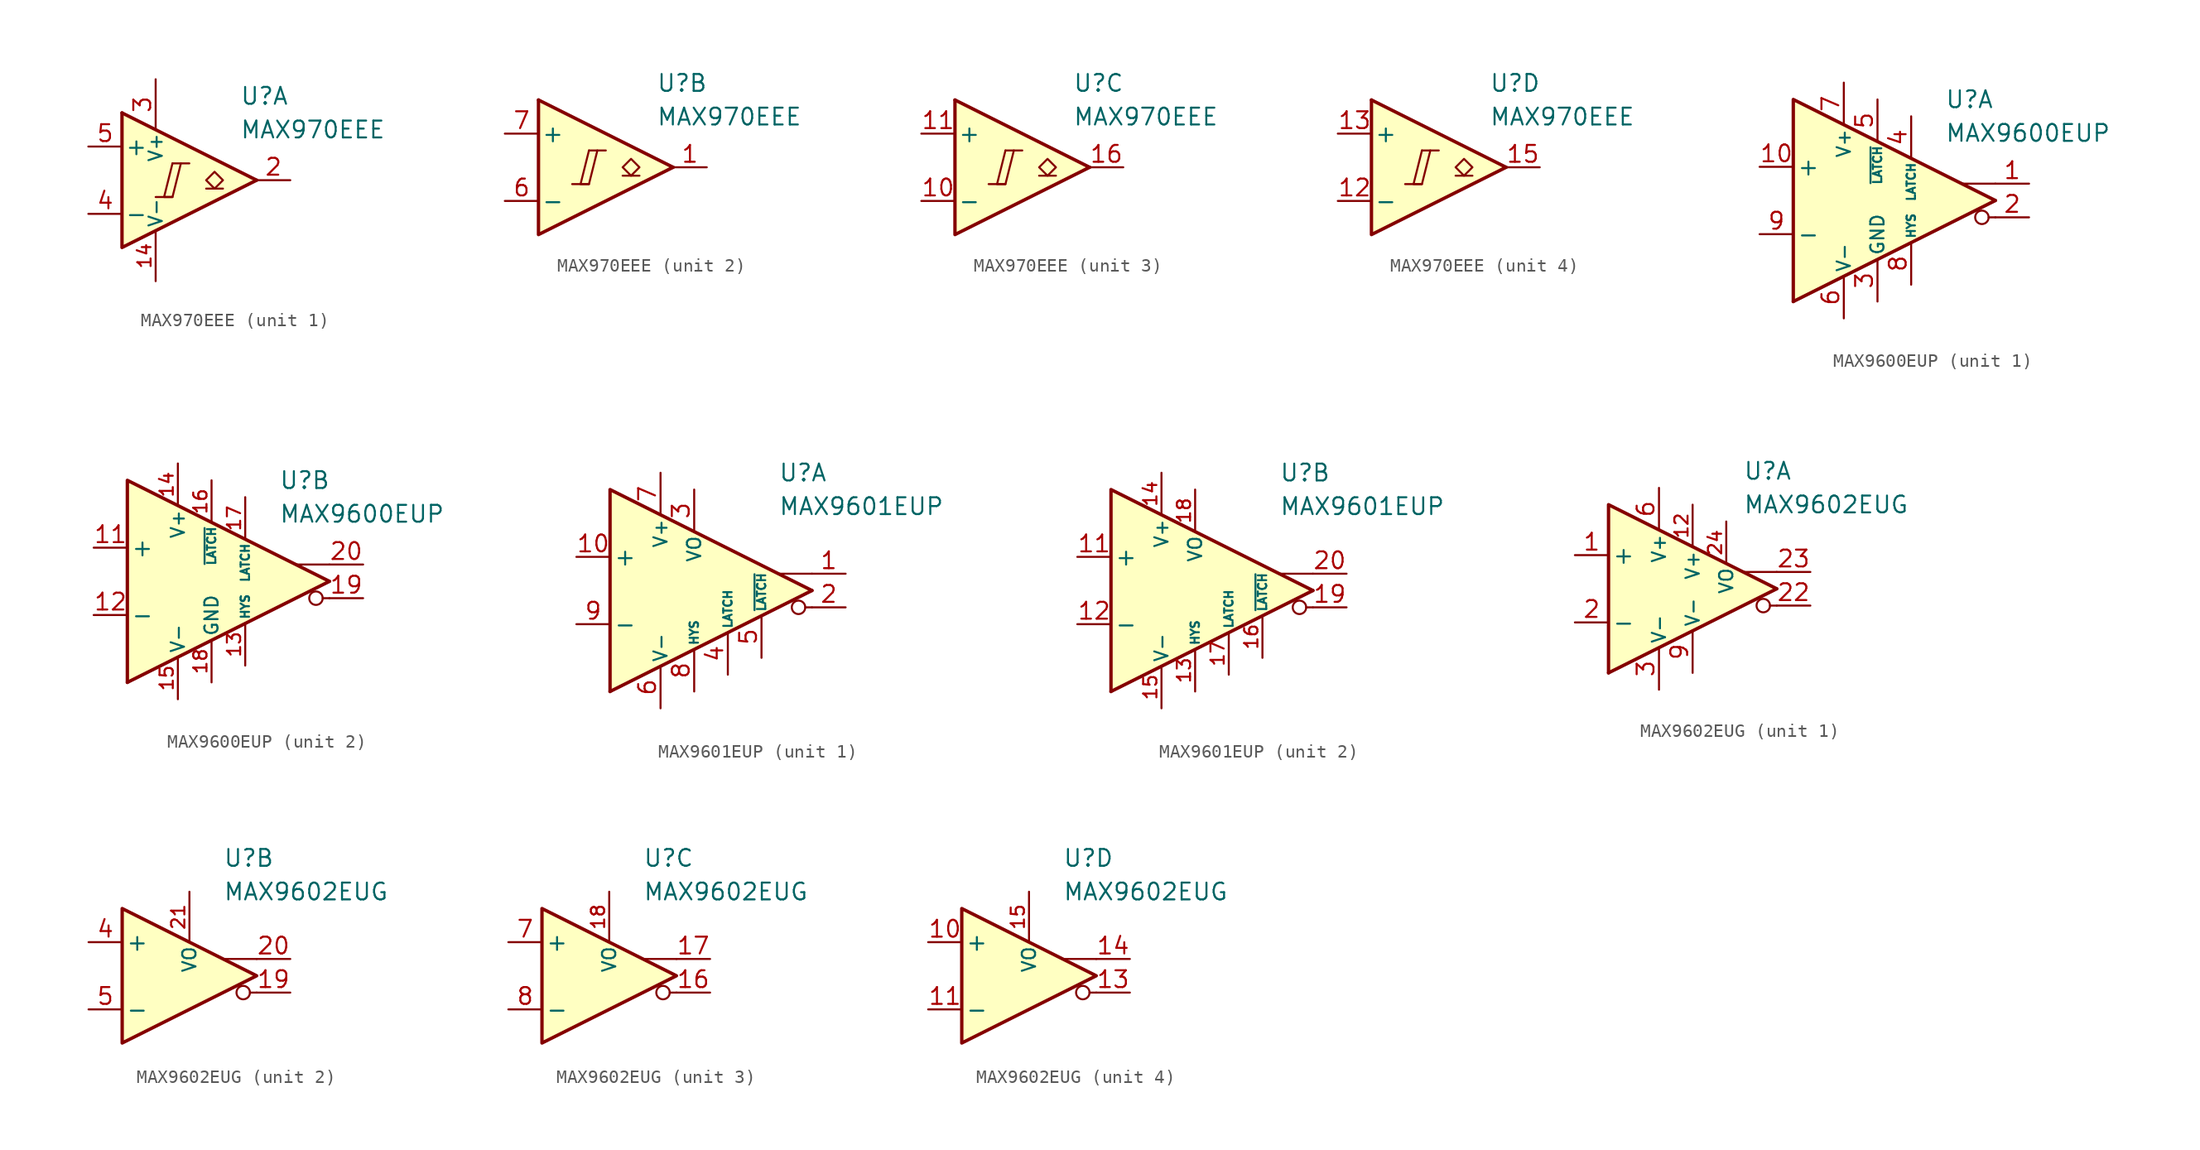
<source format=kicad_sym>
(kicad_symbol_lib
  (version 20211014)
  (generator kicad_symbol_editor)
  (symbol "MAX970EEE"
    (pin_names
      (offset 0.2))
    (property "Reference" "U"
      (at 5.08 6.35 0)
      (effects (font (size 1.27 1.27)) (justify left)))
    (property "Value" "MAX970EEE"
      (at 5.08 3.81 0)
      (effects (font (size 1.27 1.27)) (justify left)))
    (property "ki_locked" ""
      (at 0 0 0)
      (effects (font (size 1.27 1.27))))
    (symbol "MAX970EEE_1_0"
      (polyline (pts (xy -1.27 -1.27) (xy 0 -1.27)) (stroke (width 0.152) (type default) (color 0 0 0 0)) (fill (type none)))
      (polyline (pts (xy 0 1.27) (xy 1.27 1.27)) (stroke (width 0.152) (type default) (color 0 0 0 0)) (fill (type none)))
      (polyline (pts (xy 0 1.27) (xy -0.635 -1.27) (xy 0 -1.27) (xy 0.635 1.27)) (stroke (width 0.152) (type default) (color 0 0 0 0)) (fill (type none))))
    (symbol "MAX970EEE_1_1"
      (polyline (pts (xy -3.81 5.08) (xy 6.35 0)) (stroke (width 0.254) (type default) (color 0 0 0 0)) (fill (type none)))
      (polyline (pts (xy 3.81 -0.635) (xy 2.54 -0.635)) (stroke (width 0.152) (type default) (color 0 0 0 0)) (fill (type none)))
      (polyline (pts (xy -3.81 5.08) (xy -3.81 -5.08) (xy 6.35 0)) (stroke (width 0.254) (type default) (color 0 0 0 0)) (fill (type background)))
      (polyline (pts (xy 3.175 -0.635) (xy 2.54 0) (xy 3.175 0.635) (xy 3.81 0) (xy 3.175 -0.635)) (stroke (width 0.152) (type default) (color 0 0 0 0)) (fill (type none)))
      (pin power_in line (at -1.27 -7.62 90) (length 3.81) (name "V-" (effects (font (size 1 1)))) (number "14" (effects (font (size 1 1)))))
      (pin output line (at 8.89 0 180) (length 2.54) (name "~" (effects (font (size 1.27 1.27)))) (number "2" (effects (font (size 1.27 1.27)))))
      (pin power_in line (at -1.27 7.62 270) (length 3.81) (name "V+" (effects (font (size 1 1)))) (number "3" (effects (font (size 1.27 1.27)))))
      (pin input line (at -6.35 -2.54 0) (length 2.54) (name "-" (effects (font (size 1.27 1.27)))) (number "4" (effects (font (size 1.27 1.27)))))
      (pin input line (at -6.35 2.54 0) (length 2.54) (name "+" (effects (font (size 1.27 1.27)))) (number "5" (effects (font (size 1.27 1.27)))))
      (pin no_connect line (at -2.54 1.27 0) (length 2.54) hide (name "NC" (effects (font (size 1.27 1.27)))) (number "8" (effects (font (size 1.27 1.27)))))
      (pin no_connect line (at -2.54 -1.27 0) (length 2.54) hide (name "NC" (effects (font (size 1.27 1.27)))) (number "9" (effects (font (size 1.27 1.27))))))
    (symbol "MAX970EEE_2_0"
      (polyline (pts (xy -1.27 -1.27) (xy 0 -1.27)) (stroke (width 0.152) (type default) (color 0 0 0 0)) (fill (type none)))
      (polyline (pts (xy 0 1.27) (xy 1.27 1.27)) (stroke (width 0.152) (type default) (color 0 0 0 0)) (fill (type none)))
      (polyline (pts (xy 0 1.27) (xy -0.635 -1.27) (xy 0 -1.27) (xy 0.635 1.27)) (stroke (width 0.152) (type default) (color 0 0 0 0)) (fill (type none))))
    (symbol "MAX970EEE_2_1"
      (polyline (pts (xy -3.81 5.08) (xy 6.35 0)) (stroke (width 0.254) (type default) (color 0 0 0 0)) (fill (type none)))
      (polyline (pts (xy 3.81 -0.635) (xy 2.54 -0.635)) (stroke (width 0.152) (type default) (color 0 0 0 0)) (fill (type none)))
      (polyline (pts (xy -3.81 5.08) (xy -3.81 -5.08) (xy 6.35 0)) (stroke (width 0.254) (type default) (color 0 0 0 0)) (fill (type background)))
      (polyline (pts (xy 3.175 -0.635) (xy 2.54 0) (xy 3.175 0.635) (xy 3.81 0) (xy 3.175 -0.635)) (stroke (width 0.152) (type default) (color 0 0 0 0)) (fill (type none)))
      (pin output line (at 8.89 0 180) (length 2.54) (name "~" (effects (font (size 1.27 1.27)))) (number "1" (effects (font (size 1.27 1.27)))))
      (pin input line (at -6.35 -2.54 0) (length 2.54) (name "-" (effects (font (size 1.27 1.27)))) (number "6" (effects (font (size 1.27 1.27)))))
      (pin input line (at -6.35 2.54 0) (length 2.54) (name "+" (effects (font (size 1.27 1.27)))) (number "7" (effects (font (size 1.27 1.27))))))
    (symbol "MAX970EEE_3_0"
      (polyline (pts (xy -1.27 -1.27) (xy 0 -1.27)) (stroke (width 0.152) (type default) (color 0 0 0 0)) (fill (type none)))
      (polyline (pts (xy 0 1.27) (xy 1.27 1.27)) (stroke (width 0.152) (type default) (color 0 0 0 0)) (fill (type none)))
      (polyline (pts (xy 0 1.27) (xy -0.635 -1.27) (xy 0 -1.27) (xy 0.635 1.27)) (stroke (width 0.152) (type default) (color 0 0 0 0)) (fill (type none))))
    (symbol "MAX970EEE_3_1"
      (polyline (pts (xy -3.81 5.08) (xy 6.35 0)) (stroke (width 0.254) (type default) (color 0 0 0 0)) (fill (type none)))
      (polyline (pts (xy 3.81 -0.635) (xy 2.54 -0.635)) (stroke (width 0.152) (type default) (color 0 0 0 0)) (fill (type none)))
      (polyline (pts (xy -3.81 5.08) (xy -3.81 -5.08) (xy 6.35 0)) (stroke (width 0.254) (type default) (color 0 0 0 0)) (fill (type background)))
      (polyline (pts (xy 3.175 -0.635) (xy 2.54 0) (xy 3.175 0.635) (xy 3.81 0) (xy 3.175 -0.635)) (stroke (width 0.152) (type default) (color 0 0 0 0)) (fill (type none)))
      (pin input line (at -6.35 -2.54 0) (length 2.54) (name "-" (effects (font (size 1.27 1.27)))) (number "10" (effects (font (size 1.27 1.27)))))
      (pin input line (at -6.35 2.54 0) (length 2.54) (name "+" (effects (font (size 1.27 1.27)))) (number "11" (effects (font (size 1.27 1.27)))))
      (pin output line (at 8.89 0 180) (length 2.54) (name "~" (effects (font (size 1.27 1.27)))) (number "16" (effects (font (size 1.27 1.27))))))
    (symbol "MAX970EEE_4_0"
      (polyline (pts (xy -1.27 -1.27) (xy 0 -1.27)) (stroke (width 0.152) (type default) (color 0 0 0 0)) (fill (type none)))
      (polyline (pts (xy 0 1.27) (xy 1.27 1.27)) (stroke (width 0.152) (type default) (color 0 0 0 0)) (fill (type none)))
      (polyline (pts (xy 0 1.27) (xy -0.635 -1.27) (xy 0 -1.27) (xy 0.635 1.27)) (stroke (width 0.152) (type default) (color 0 0 0 0)) (fill (type none))))
    (symbol "MAX970EEE_4_1"
      (polyline (pts (xy -3.81 5.08) (xy 6.35 0)) (stroke (width 0.254) (type default) (color 0 0 0 0)) (fill (type none)))
      (polyline (pts (xy 3.81 -0.635) (xy 2.54 -0.635)) (stroke (width 0.152) (type default) (color 0 0 0 0)) (fill (type none)))
      (polyline (pts (xy -3.81 5.08) (xy -3.81 -5.08) (xy 6.35 0)) (stroke (width 0.254) (type default) (color 0 0 0 0)) (fill (type background)))
      (polyline (pts (xy 3.175 -0.635) (xy 2.54 0) (xy 3.175 0.635) (xy 3.81 0) (xy 3.175 -0.635)) (stroke (width 0.152) (type default) (color 0 0 0 0)) (fill (type none)))
      (pin input line (at -6.35 -2.54 0) (length 2.54) (name "-" (effects (font (size 1.27 1.27)))) (number "12" (effects (font (size 1.27 1.27)))))
      (pin input line (at -6.35 2.54 0) (length 2.54) (name "+" (effects (font (size 1.27 1.27)))) (number "13" (effects (font (size 1.27 1.27)))))
      (pin output line (at 8.89 0 180) (length 2.54) (name "~" (effects (font (size 1.27 1.27)))) (number "15" (effects (font (size 1.27 1.27)))))))
  (symbol "MAX9600EUP"
    (pin_names
      (offset 0.254))
    (property "Reference" "U"
      (at 2.54 7.62 0)
      (effects (font (size 1.27 1.27)) (justify left)))
    (property "Value" "MAX9600EUP"
      (at 2.54 5.08 0)
      (effects (font (size 1.27 1.27)) (justify left)))
    (property "ki_locked" ""
      (at 0 0 0)
      (effects (font (size 1.27 1.27))))
    (symbol "MAX9600EUP_0_0"
      (polyline (pts (xy 6.35 -1.27) (xy 5.842 -1.27)) (stroke (width 0.152) (type default) (color 0 0 0 0)) (fill (type none)))
      (polyline (pts (xy 6.35 0) (xy -8.89 -7.62)) (stroke (width 0.254) (type default) (color 0 0 0 0)) (fill (type none)))
      (polyline (pts (xy 6.35 1.27) (xy 3.81 1.27)) (stroke (width 0.152) (type default) (color 0 0 0 0)) (fill (type none)))
      (polyline (pts (xy 6.35 0) (xy -8.89 7.62) (xy -8.89 -7.62)) (stroke (width 0.254) (type default) (color 0 0 0 0)) (fill (type background)))
      (circle (center 5.334 -1.27) (radius 0.508) (stroke (width 0.152) (type default) (color 0 0 0 0)) (fill (type none))))
    (symbol "MAX9600EUP_1_1"
      (pin output line (at 8.89 1.27 180) (length 2.54) (name "~" (effects (font (size 1.27 1.27)))) (number "1" (effects (font (size 1.27 1.27)))))
      (pin input line (at -11.43 2.54 0) (length 2.54) (name "+" (effects (font (size 1.27 1.27)))) (number "10" (effects (font (size 1.27 1.27)))))
      (pin output line (at 8.89 -1.27 180) (length 2.54) (name "~" (effects (font (size 1.27 1.27)))) (number "2" (effects (font (size 1.27 1.27)))))
      (pin power_in line (at -2.54 -7.62 90) (length 3.18) (name "GND" (effects (font (size 1 1)))) (number "3" (effects (font (size 1.27 1.27)))))
      (pin input line (at 0 6.35 270) (length 3.18) (name "LATCH" (effects (font (size 0.635 0.635)))) (number "4" (effects (font (size 1.27 1.27)))))
      (pin input line (at -2.54 7.62 270) (length 3.18) (name "~{LATCH}" (effects (font (size 0.635 0.635)))) (number "5" (effects (font (size 1.27 1.27)))))
      (pin power_in line (at -5.08 -8.89 90) (length 3.18) (name "V-" (effects (font (size 1 1)))) (number "6" (effects (font (size 1.27 1.27)))))
      (pin power_in line (at -5.08 8.89 270) (length 3.18) (name "V+" (effects (font (size 1 1)))) (number "7" (effects (font (size 1.27 1.27)))))
      (pin input line (at 0 -6.35 90) (length 3.18) (name "HYS" (effects (font (size 0.635 0.635)))) (number "8" (effects (font (size 1.27 1.27)))))
      (pin input line (at -11.43 -2.54 0) (length 2.54) (name "-" (effects (font (size 1.27 1.27)))) (number "9" (effects (font (size 1.27 1.27))))))
    (symbol "MAX9600EUP_2_1"
      (pin input line (at -11.43 2.54 0) (length 2.54) (name "+" (effects (font (size 1.27 1.27)))) (number "11" (effects (font (size 1.27 1.27)))))
      (pin input line (at -11.43 -2.54 0) (length 2.54) (name "-" (effects (font (size 1.27 1.27)))) (number "12" (effects (font (size 1.27 1.27)))))
      (pin input line (at 0 -6.35 90) (length 3.18) (name "HYS" (effects (font (size 0.635 0.635)))) (number "13" (effects (font (size 1 1)))))
      (pin power_in line (at -5.08 8.89 270) (length 3.18) (name "V+" (effects (font (size 1 1)))) (number "14" (effects (font (size 1 1)))))
      (pin power_in line (at -5.08 -8.89 90) (length 3.18) (name "V-" (effects (font (size 1 1)))) (number "15" (effects (font (size 1 1)))))
      (pin input line (at -2.54 7.62 270) (length 3.18) (name "~{LATCH}" (effects (font (size 0.635 0.635)))) (number "16" (effects (font (size 1 1)))))
      (pin input line (at 0 6.35 270) (length 3.18) (name "LATCH" (effects (font (size 0.635 0.635)))) (number "17" (effects (font (size 1 1)))))
      (pin power_in line (at -2.54 -7.62 90) (length 3.18) (name "GND" (effects (font (size 1 1)))) (number "18" (effects (font (size 1 1)))))
      (pin output line (at 8.89 -1.27 180) (length 2.54) (name "~" (effects (font (size 1.27 1.27)))) (number "19" (effects (font (size 1.27 1.27)))))
      (pin output line (at 8.89 1.27 180) (length 2.54) (name "~" (effects (font (size 1.27 1.27)))) (number "20" (effects (font (size 1.27 1.27)))))))
  (symbol "MAX9601EUP"
    (pin_names
      (offset 0.254))
    (property "Reference" "U"
      (at 3.81 8.89 0)
      (effects (font (size 1.27 1.27)) (justify left)))
    (property "Value" "MAX9601EUP"
      (at 3.81 6.35 0)
      (effects (font (size 1.27 1.27)) (justify left)))
    (property "ki_locked" ""
      (at 0 0 0)
      (effects (font (size 1.27 1.27))))
    (symbol "MAX9601EUP_0_0"
      (polyline (pts (xy 6.35 -1.27) (xy 5.842 -1.27)) (stroke (width 0.152) (type default) (color 0 0 0 0)) (fill (type none)))
      (polyline (pts (xy 6.35 0) (xy -8.89 -7.62)) (stroke (width 0.254) (type default) (color 0 0 0 0)) (fill (type none)))
      (polyline (pts (xy 6.35 1.27) (xy 3.81 1.27)) (stroke (width 0.152) (type default) (color 0 0 0 0)) (fill (type none)))
      (polyline (pts (xy 6.35 0) (xy -8.89 7.62) (xy -8.89 -7.62)) (stroke (width 0.254) (type default) (color 0 0 0 0)) (fill (type background)))
      (circle (center 5.334 -1.27) (radius 0.508) (stroke (width 0.152) (type default) (color 0 0 0 0)) (fill (type none))))
    (symbol "MAX9601EUP_1_1"
      (pin output line (at 8.89 1.27 180) (length 2.54) (name "~" (effects (font (size 1.27 1.27)))) (number "1" (effects (font (size 1.27 1.27)))))
      (pin input line (at -11.43 2.54 0) (length 2.54) (name "+" (effects (font (size 1.27 1.27)))) (number "10" (effects (font (size 1.27 1.27)))))
      (pin output line (at 8.89 -1.27 180) (length 2.54) (name "~" (effects (font (size 1.27 1.27)))) (number "2" (effects (font (size 1.27 1.27)))))
      (pin power_in line (at -2.54 7.62 270) (length 3.18) (name "VO" (effects (font (size 1 1)))) (number "3" (effects (font (size 1.27 1.27)))))
      (pin input line (at 0 -6.35 90) (length 3.18) (name "LATCH" (effects (font (size 0.635 0.635)))) (number "4" (effects (font (size 1.27 1.27)))))
      (pin input line (at 2.54 -5.08 90) (length 3.18) (name "~{LATCH}" (effects (font (size 0.635 0.635)))) (number "5" (effects (font (size 1.27 1.27)))))
      (pin power_in line (at -5.08 -8.89 90) (length 3.18) (name "V-" (effects (font (size 1 1)))) (number "6" (effects (font (size 1.27 1.27)))))
      (pin power_in line (at -5.08 8.89 270) (length 3.18) (name "V+" (effects (font (size 1 1)))) (number "7" (effects (font (size 1.27 1.27)))))
      (pin input line (at -2.54 -7.62 90) (length 3.18) (name "HYS" (effects (font (size 0.635 0.635)))) (number "8" (effects (font (size 1.27 1.27)))))
      (pin input line (at -11.43 -2.54 0) (length 2.54) (name "-" (effects (font (size 1.27 1.27)))) (number "9" (effects (font (size 1.27 1.27))))))
    (symbol "MAX9601EUP_2_1"
      (pin input line (at -11.43 2.54 0) (length 2.54) (name "+" (effects (font (size 1.27 1.27)))) (number "11" (effects (font (size 1.27 1.27)))))
      (pin input line (at -11.43 -2.54 0) (length 2.54) (name "-" (effects (font (size 1.27 1.27)))) (number "12" (effects (font (size 1.27 1.27)))))
      (pin input line (at -2.54 -7.62 90) (length 3.18) (name "HYS" (effects (font (size 0.635 0.635)))) (number "13" (effects (font (size 1 1)))))
      (pin power_in line (at -5.08 8.89 270) (length 3.18) (name "V+" (effects (font (size 1 1)))) (number "14" (effects (font (size 1 1)))))
      (pin power_in line (at -5.08 -8.89 90) (length 3.18) (name "V-" (effects (font (size 1 1)))) (number "15" (effects (font (size 1 1)))))
      (pin input line (at 2.54 -5.08 90) (length 3.18) (name "~{LATCH}" (effects (font (size 0.635 0.635)))) (number "16" (effects (font (size 1 1)))))
      (pin input line (at 0 -6.35 90) (length 3.18) (name "LATCH" (effects (font (size 0.635 0.635)))) (number "17" (effects (font (size 1 1)))))
      (pin power_in line (at -2.54 7.62 270) (length 3.18) (name "VO" (effects (font (size 1 1)))) (number "18" (effects (font (size 1 1)))))
      (pin output line (at 8.89 -1.27 180) (length 2.54) (name "~" (effects (font (size 1.27 1.27)))) (number "19" (effects (font (size 1.27 1.27)))))
      (pin output line (at 8.89 1.27 180) (length 2.54) (name "~" (effects (font (size 1.27 1.27)))) (number "20" (effects (font (size 1.27 1.27)))))))
  (symbol "MAX9602EUG"
    (pin_names
      (offset 0.254))
    (property "Reference" "U"
      (at 3.81 8.89 0)
      (effects (font (size 1.27 1.27)) (justify left)))
    (property "Value" "MAX9602EUG"
      (at 3.81 6.35 0)
      (effects (font (size 1.27 1.27)) (justify left)))
    (property "ki_locked" ""
      (at 0 0 0)
      (effects (font (size 1.27 1.27))))
    (symbol "MAX9602EUG_0_0"
      (polyline (pts (xy 6.35 -1.27) (xy 5.842 -1.27)) (stroke (width 0.152) (type default) (color 0 0 0 0)) (fill (type none)))
      (polyline (pts (xy 6.35 1.27) (xy 3.81 1.27)) (stroke (width 0.152) (type default) (color 0 0 0 0)) (fill (type none)))
      (circle (center 5.334 -1.27) (radius 0.508) (stroke (width 0.152) (type default) (color 0 0 0 0)) (fill (type none))))
    (symbol "MAX9602EUG_1_0"
      (polyline (pts (xy 6.35 0) (xy -6.35 -6.35)) (stroke (width 0.254) (type default) (color 0 0 0 0)) (fill (type none)))
      (polyline (pts (xy 6.35 0) (xy -6.35 6.35) (xy -6.35 -6.35)) (stroke (width 0.254) (type default) (color 0 0 0 0)) (fill (type background))))
    (symbol "MAX9602EUG_1_1"
      (pin input line (at -8.89 2.54 0) (length 2.54) (name "+" (effects (font (size 1.27 1.27)))) (number "1" (effects (font (size 1.27 1.27)))))
      (pin power_in line (at 0 6.35 270) (length 3.18) (name "V+" (effects (font (size 1 1)))) (number "12" (effects (font (size 1 1)))))
      (pin input line (at -8.89 -2.54 0) (length 2.54) (name "-" (effects (font (size 1.27 1.27)))) (number "2" (effects (font (size 1.27 1.27)))))
      (pin output line (at 8.89 -1.27 180) (length 2.54) (name "~" (effects (font (size 1.27 1.27)))) (number "22" (effects (font (size 1.27 1.27)))))
      (pin output line (at 8.89 1.27 180) (length 2.54) (name "~" (effects (font (size 1.27 1.27)))) (number "23" (effects (font (size 1.27 1.27)))))
      (pin power_in line (at 2.54 5.08 270) (length 3.18) (name "VO" (effects (font (size 1 1)))) (number "24" (effects (font (size 1 1)))))
      (pin power_in line (at -2.54 -7.62 90) (length 3.18) (name "V-" (effects (font (size 1 1)))) (number "3" (effects (font (size 1.27 1.27)))))
      (pin power_in line (at -2.54 7.62 270) (length 3.18) (name "V+" (effects (font (size 1 1)))) (number "6" (effects (font (size 1.27 1.27)))))
      (pin power_in line (at 0 -6.35 90) (length 3.18) (name "V-" (effects (font (size 1 1)))) (number "9" (effects (font (size 1.27 1.27))))))
    (symbol "MAX9602EUG_2_0"
      (polyline (pts (xy 6.35 0) (xy -3.81 5.08) (xy -3.81 -5.08) (xy 6.35 0)) (stroke (width 0.254) (type default) (color 0 0 0 0)) (fill (type background))))
    (symbol "MAX9602EUG_2_1"
      (pin output line (at 8.89 -1.27 180) (length 2.54) (name "~" (effects (font (size 1.27 1.27)))) (number "19" (effects (font (size 1.27 1.27)))))
      (pin output line (at 8.89 1.27 180) (length 2.54) (name "~" (effects (font (size 1.27 1.27)))) (number "20" (effects (font (size 1.27 1.27)))))
      (pin power_in line (at 1.27 6.35 270) (length 3.81) (name "VO" (effects (font (size 1 1)))) (number "21" (effects (font (size 1 1)))))
      (pin input line (at -6.35 2.54 0) (length 2.54) (name "+" (effects (font (size 1.27 1.27)))) (number "4" (effects (font (size 1.27 1.27)))))
      (pin input line (at -6.35 -2.54 0) (length 2.54) (name "-" (effects (font (size 1.27 1.27)))) (number "5" (effects (font (size 1.27 1.27))))))
    (symbol "MAX9602EUG_3_0"
      (polyline (pts (xy 6.35 0) (xy -3.81 5.08) (xy -3.81 -5.08) (xy 6.35 0)) (stroke (width 0.254) (type default) (color 0 0 0 0)) (fill (type background))))
    (symbol "MAX9602EUG_3_1"
      (pin output line (at 8.89 -1.27 180) (length 2.54) (name "~" (effects (font (size 1.27 1.27)))) (number "16" (effects (font (size 1.27 1.27)))))
      (pin output line (at 8.89 1.27 180) (length 2.54) (name "~" (effects (font (size 1.27 1.27)))) (number "17" (effects (font (size 1.27 1.27)))))
      (pin power_in line (at 1.27 6.35 270) (length 3.81) (name "VO" (effects (font (size 1 1)))) (number "18" (effects (font (size 1 1)))))
      (pin input line (at -6.35 2.54 0) (length 2.54) (name "+" (effects (font (size 1.27 1.27)))) (number "7" (effects (font (size 1.27 1.27)))))
      (pin input line (at -6.35 -2.54 0) (length 2.54) (name "-" (effects (font (size 1.27 1.27)))) (number "8" (effects (font (size 1.27 1.27))))))
    (symbol "MAX9602EUG_4_0"
      (polyline (pts (xy 6.35 0) (xy -3.81 5.08) (xy -3.81 -5.08) (xy 6.35 0)) (stroke (width 0.254) (type default) (color 0 0 0 0)) (fill (type background))))
    (symbol "MAX9602EUG_4_1"
      (pin input line (at -6.35 2.54 0) (length 2.54) (name "+" (effects (font (size 1.27 1.27)))) (number "10" (effects (font (size 1.27 1.27)))))
      (pin input line (at -6.35 -2.54 0) (length 2.54) (name "-" (effects (font (size 1.27 1.27)))) (number "11" (effects (font (size 1.27 1.27)))))
      (pin output line (at 8.89 -1.27 180) (length 2.54) (name "~" (effects (font (size 1.27 1.27)))) (number "13" (effects (font (size 1.27 1.27)))))
      (pin output line (at 8.89 1.27 180) (length 2.54) (name "~" (effects (font (size 1.27 1.27)))) (number "14" (effects (font (size 1.27 1.27)))))
      (pin power_in line (at 1.27 6.35 270) (length 3.81) (name "VO" (effects (font (size 1 1)))) (number "15" (effects (font (size 1 1))))))))
</source>
